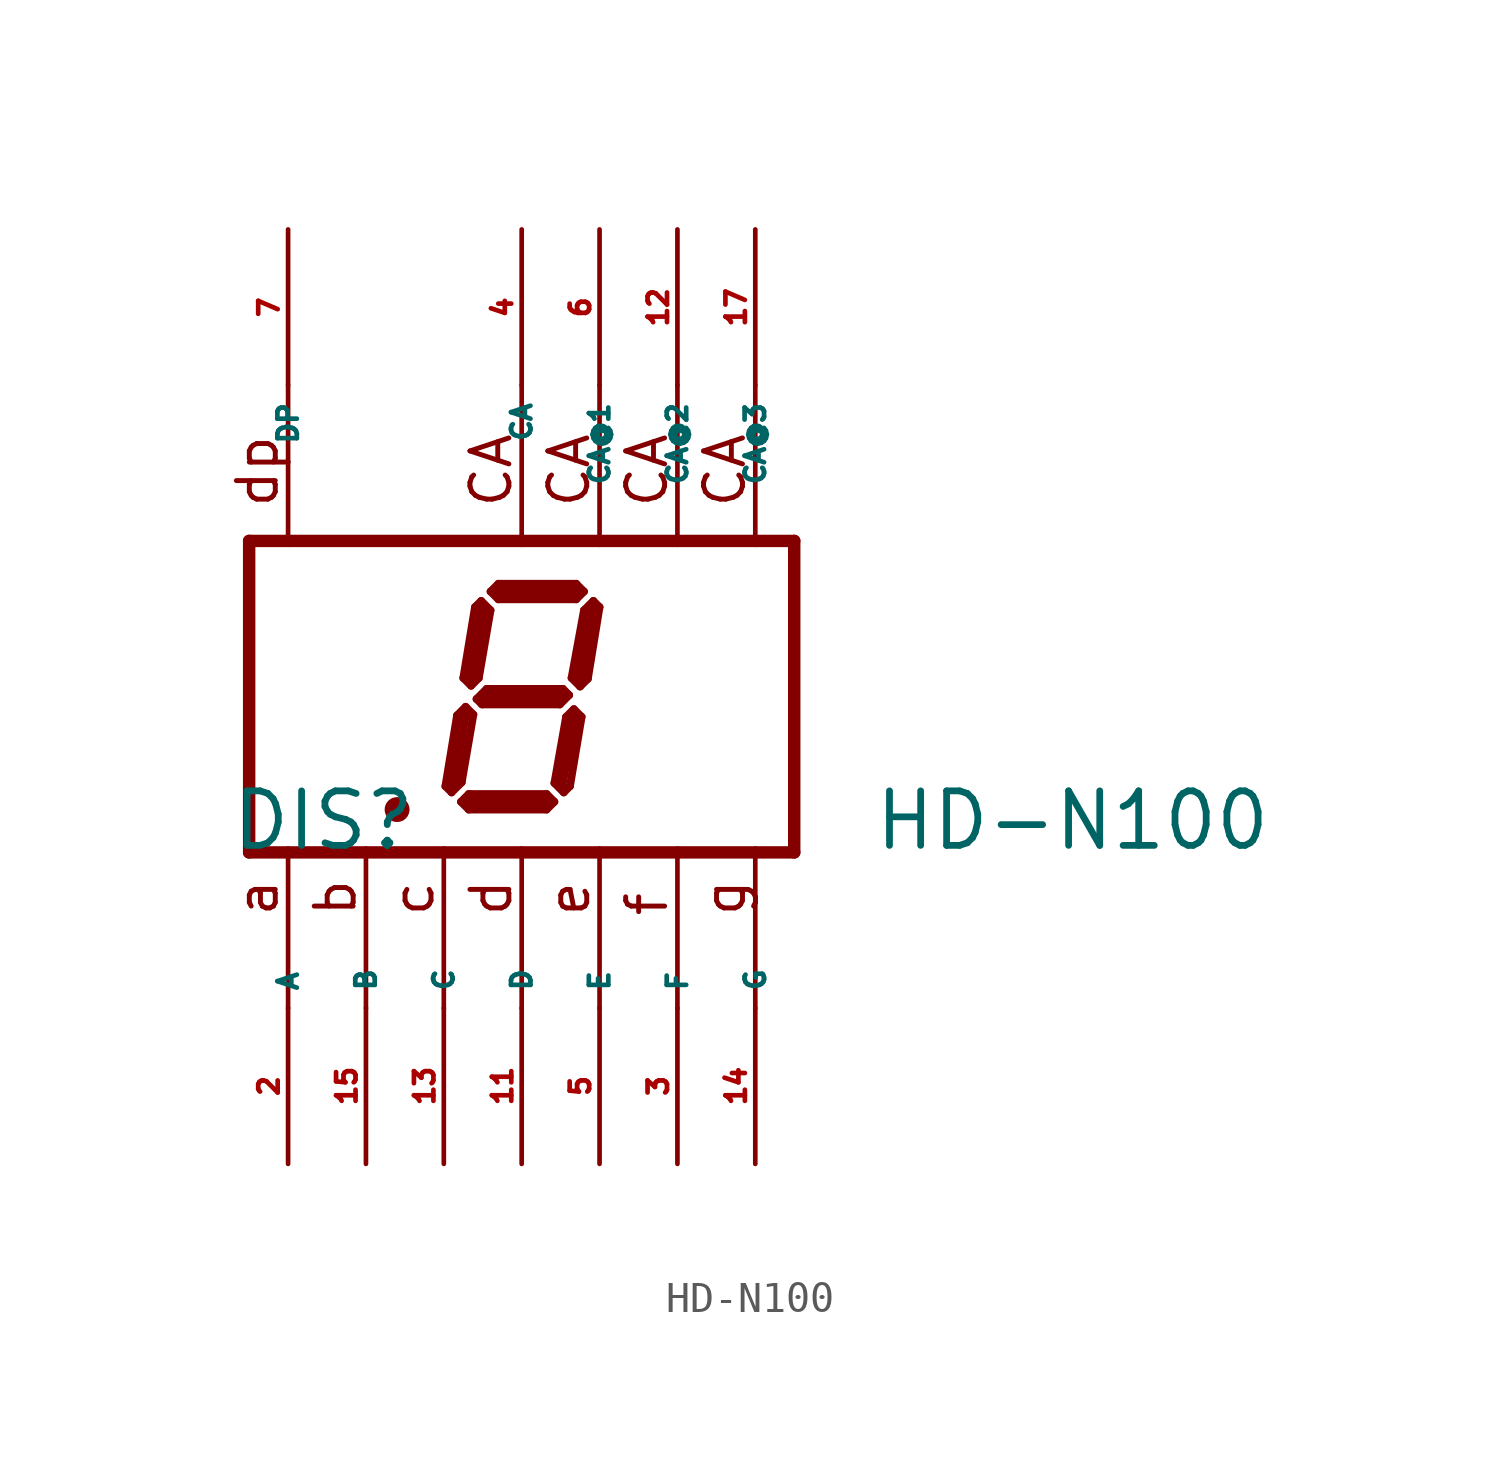
<source format=kicad_sym>
(kicad_symbol_lib
  (version 20220914)
  (generator Eagle2Kicad)
  (symbol "HD-N100"
    (property "Reference" "DIS"
      (at -9.525 -5.08 0)
      (effects (font (size 1.778 1.778) (thickness 0.22)) (justify left bottom)))
    (property "Value" "HD-N100"
      (at 11.43 -5.08 0)
      (effects (font (size 1.778 1.778) (thickness 0.22)) (justify left bottom)))
    (polyline
      (pts (xy 2.337 3.124) (xy 2.032 2.819))
      (stroke (width 0.254) (type default))
      (fill (type none)))
    (polyline
      (pts (xy 2.032 2.819) (xy 1.626 0.61))
      (stroke (width 0.254) (type default))
      (fill (type none)))
    (polyline
      (pts (xy 1.626 0.61) (xy 1.905 0.33))
      (stroke (width 0.254) (type default))
      (fill (type none)))
    (polyline
      (pts (xy 1.905 0.33) (xy 2.159 0.584))
      (stroke (width 0.254) (type default))
      (fill (type none)))
    (polyline
      (pts (xy 2.159 0.584) (xy 2.54 2.921))
      (stroke (width 0.254) (type default))
      (fill (type none)))
    (polyline
      (pts (xy 2.54 2.921) (xy 2.337 3.124))
      (stroke (width 0.254) (type default))
      (fill (type none)))
    (polyline
      (pts (xy 2.032 3.429) (xy 1.778 3.175))
      (stroke (width 0.254) (type default))
      (fill (type none)))
    (polyline
      (pts (xy 1.778 3.175) (xy -0.762 3.175))
      (stroke (width 0.254) (type default))
      (fill (type none)))
    (polyline
      (pts (xy -0.762 3.175) (xy -1.016 3.429))
      (stroke (width 0.254) (type default))
      (fill (type none)))
    (polyline
      (pts (xy -1.016 3.429) (xy -0.762 3.683))
      (stroke (width 0.254) (type default))
      (fill (type none)))
    (polyline
      (pts (xy -0.762 3.683) (xy 1.778 3.683))
      (stroke (width 0.254) (type default))
      (fill (type none)))
    (polyline
      (pts (xy 1.778 3.683) (xy 2.032 3.429))
      (stroke (width 0.254) (type default))
      (fill (type none)))
    (polyline
      (pts (xy -1.321 3.124) (xy -1.016 2.819))
      (stroke (width 0.254) (type default))
      (fill (type none)))
    (polyline
      (pts (xy -1.016 2.819) (xy -1.397 0.61))
      (stroke (width 0.254) (type default))
      (fill (type none)))
    (polyline
      (pts (xy -1.397 0.61) (xy -1.651 0.356))
      (stroke (width 0.254) (type default))
      (fill (type none)))
    (polyline
      (pts (xy -1.651 0.356) (xy -1.905 0.61))
      (stroke (width 0.254) (type default))
      (fill (type none)))
    (polyline
      (pts (xy -1.905 0.61) (xy -1.524 2.921))
      (stroke (width 0.254) (type default))
      (fill (type none)))
    (polyline
      (pts (xy -1.524 2.921) (xy -1.321 3.124))
      (stroke (width 0.254) (type default))
      (fill (type none)))
    (polyline
      (pts (xy -1.473 -0.076) (xy -1.143 0.254))
      (stroke (width 0.254) (type default))
      (fill (type none)))
    (polyline
      (pts (xy -1.143 0.254) (xy 1.346 0.254))
      (stroke (width 0.254) (type default))
      (fill (type none)))
    (polyline
      (pts (xy 1.346 0.254) (xy 1.549 0.051))
      (stroke (width 0.254) (type default))
      (fill (type none)))
    (polyline
      (pts (xy 1.549 0.051) (xy 1.245 -0.254))
      (stroke (width 0.254) (type default))
      (fill (type none)))
    (polyline
      (pts (xy 1.245 -0.254) (xy -1.295 -0.254))
      (stroke (width 0.254) (type default))
      (fill (type none)))
    (polyline
      (pts (xy -1.295 -0.254) (xy -1.473 -0.076))
      (stroke (width 0.254) (type default))
      (fill (type none)))
    (polyline
      (pts (xy -1.829 -0.33) (xy -1.575 -0.584))
      (stroke (width 0.254) (type default))
      (fill (type none)))
    (polyline
      (pts (xy -2.286 -3.124) (xy -1.956 -2.794))
      (stroke (width 0.254) (type default))
      (fill (type none)))
    (polyline
      (pts (xy -1.956 -2.794) (xy -1.575 -0.584))
      (stroke (width 0.254) (type default))
      (fill (type none)))
    (polyline
      (pts (xy -1.829 -0.33) (xy -2.108 -0.61))
      (stroke (width 0.254) (type default))
      (fill (type none)))
    (polyline
      (pts (xy -2.108 -0.61) (xy -2.489 -2.921))
      (stroke (width 0.254) (type default))
      (fill (type none)))
    (polyline
      (pts (xy -2.489 -2.921) (xy -2.286 -3.124))
      (stroke (width 0.254) (type default))
      (fill (type none)))
    (polyline
      (pts (xy -1.981 -3.429) (xy -1.727 -3.175))
      (stroke (width 0.254) (type default))
      (fill (type none)))
    (polyline
      (pts (xy -1.727 -3.175) (xy 0.813 -3.175))
      (stroke (width 0.254) (type default))
      (fill (type none)))
    (polyline
      (pts (xy 0.813 -3.175) (xy 1.067 -3.429))
      (stroke (width 0.254) (type default))
      (fill (type none)))
    (polyline
      (pts (xy 1.067 -3.429) (xy 0.813 -3.683))
      (stroke (width 0.254) (type default))
      (fill (type none)))
    (polyline
      (pts (xy 0.813 -3.683) (xy -1.727 -3.683))
      (stroke (width 0.254) (type default))
      (fill (type none)))
    (polyline
      (pts (xy -1.727 -3.683) (xy -1.981 -3.429))
      (stroke (width 0.254) (type default))
      (fill (type none)))
    (polyline
      (pts (xy 1.702 -0.406) (xy 1.448 -0.66))
      (stroke (width 0.254) (type default))
      (fill (type none)))
    (polyline
      (pts (xy 1.448 -0.66) (xy 1.067 -2.819))
      (stroke (width 0.254) (type default))
      (fill (type none)))
    (polyline
      (pts (xy 1.067 -2.819) (xy 1.372 -3.124))
      (stroke (width 0.254) (type default))
      (fill (type none)))
    (polyline
      (pts (xy 1.372 -3.124) (xy 1.575 -2.921))
      (stroke (width 0.254) (type default))
      (fill (type none)))
    (polyline
      (pts (xy 1.575 -2.921) (xy 1.956 -0.66))
      (stroke (width 0.254) (type default))
      (fill (type none)))
    (polyline
      (pts (xy 1.956 -0.66) (xy 1.702 -0.406))
      (stroke (width 0.254) (type default))
      (fill (type none)))
    (polyline
      (pts (xy 2.286 2.794) (xy 1.905 0.635))
      (stroke (width 0.406) (type default))
      (fill (type none)))
    (polyline
      (pts (xy 1.778 3.429) (xy -0.762 3.429))
      (stroke (width 0.406) (type default))
      (fill (type none)))
    (polyline
      (pts (xy -1.27 2.794) (xy -1.651 0.635))
      (stroke (width 0.406) (type default))
      (fill (type none)))
    (polyline
      (pts (xy -1.27 0) (xy 1.27 0))
      (stroke (width 0.406) (type default))
      (fill (type none)))
    (polyline
      (pts (xy 1.651 -0.762) (xy 1.27 -2.794))
      (stroke (width 0.406) (type default))
      (fill (type none)))
    (polyline
      (pts (xy 0.762 -3.429) (xy -1.651 -3.429))
      (stroke (width 0.406) (type default))
      (fill (type none)))
    (polyline
      (pts (xy -2.286 -2.921) (xy -1.905 -0.635))
      (stroke (width 0.406) (type default))
      (fill (type none)))
    (polyline
      (pts (xy -8.89 5.08) (xy 8.89 5.08))
      (stroke (width 0.406) (type default))
      (fill (type none)))
    (polyline
      (pts (xy 8.89 -5.08) (xy 8.89 5.08))
      (stroke (width 0.406) (type default))
      (fill (type none)))
    (polyline
      (pts (xy 8.89 -5.08) (xy -8.89 -5.08))
      (stroke (width 0.406) (type default))
      (fill (type none)))
    (polyline
      (pts (xy -8.89 5.08) (xy -8.89 -5.08))
      (stroke (width 0.406) (type default))
      (fill (type none)))
    (polyline
      (pts (xy 7.62 -4.953) (xy 7.62 -10.16))
      (stroke (width 0.152) (type default))
      (fill (type none)))
    (polyline
      (pts (xy 5.08 -4.953) (xy 5.08 -10.16))
      (stroke (width 0.152) (type default))
      (fill (type none)))
    (polyline
      (pts (xy 0 -4.953) (xy 0 -10.16))
      (stroke (width 0.152) (type default))
      (fill (type none)))
    (polyline
      (pts (xy -5.08 -4.953) (xy -5.08 -10.16))
      (stroke (width 0.152) (type default))
      (fill (type none)))
    (polyline
      (pts (xy -7.62 -4.953) (xy -7.62 -10.16))
      (stroke (width 0.152) (type default))
      (fill (type none)))
    (polyline
      (pts (xy 7.62 10.16) (xy 7.62 4.953))
      (stroke (width 0.152) (type default))
      (fill (type none)))
    (polyline
      (pts (xy -2.54 -4.953) (xy -2.54 -10.16))
      (stroke (width 0.152) (type default))
      (fill (type none)))
    (polyline
      (pts (xy 2.54 -4.953) (xy 2.54 -10.16))
      (stroke (width 0.152) (type default))
      (fill (type none)))
    (polyline
      (pts (xy -7.62 10.16) (xy -7.62 4.953))
      (stroke (width 0.152) (type default))
      (fill (type none)))
    (polyline
      (pts (xy 5.08 10.16) (xy 5.08 4.953))
      (stroke (width 0.152) (type default))
      (fill (type none)))
    (polyline
      (pts (xy -4.191 -3.683) (xy -3.937 -3.683))
      (stroke (width 0.305) (type default))
      (fill (type none)))
    (polyline
      (pts (xy 2.54 10.16) (xy 2.54 4.953))
      (stroke (width 0.152) (type default))
      (fill (type none)))
    (polyline
      (pts (xy 0 10.16) (xy 0 4.953))
      (stroke (width 0.152) (type default))
      (fill (type none)))
    (text "CA"
      (at 7.366 6.096 900)
      (effects (font (size 1.27 1.27) (thickness 0.16)) (justify left bottom)))
    (text "CA"
      (at 4.826 6.096 900)
      (effects (font (size 1.27 1.27) (thickness 0.16)) (justify left bottom)))
    (text "a"
      (at -7.874 -7.239 900)
      (effects (font (size 1.27 1.27) (thickness 0.16)) (justify left bottom)))
    (text "b"
      (at -5.334 -7.239 900)
      (effects (font (size 1.27 1.27) (thickness 0.16)) (justify left bottom)))
    (text "c"
      (at -2.794 -7.239 900)
      (effects (font (size 1.27 1.27) (thickness 0.16)) (justify left bottom)))
    (text "d"
      (at -0.254 -7.239 900)
      (effects (font (size 1.27 1.27) (thickness 0.16)) (justify left bottom)))
    (text "e"
      (at 2.286 -7.239 900)
      (effects (font (size 1.27 1.27) (thickness 0.16)) (justify left bottom)))
    (text "f"
      (at 4.826 -7.239 900)
      (effects (font (size 1.27 1.27) (thickness 0.16)) (justify left bottom)))
    (text "g"
      (at 7.366 -7.239 900)
      (effects (font (size 1.27 1.27) (thickness 0.16)) (justify left bottom)))
    (text "dp"
      (at -7.874 6.096 900)
      (effects (font (size 1.27 1.27) (thickness 0.16)) (justify left bottom)))
    (text "CA"
      (at 2.286 6.096 900)
      (effects (font (size 1.27 1.27) (thickness 0.16)) (justify left bottom)))
    (text "CA"
      (at -0.254 6.096 900)
      (effects (font (size 1.27 1.27) (thickness 0.16)) (justify left bottom)))
    (circle
      (center -4.064 -3.683)
      (radius 0.254)
      (stroke (width 0.305) (type default))
      (fill (type none)))
    (pin passive line
      (at -7.62 15.24 270)
      (length 5.08)
      (name "DP" (effects (font (size 0.635 0.635) (thickness 0.08)) (justify left bottom)))
      (number "7" (effects (font (size 0.635 0.635) (thickness 0.08)) (justify left bottom))))
    (pin passive line
      (at 5.08 -15.24 90)
      (length 5.08)
      (name "F" (effects (font (size 0.635 0.635) (thickness 0.08)) (justify left bottom)))
      (number "3" (effects (font (size 0.635 0.635) (thickness 0.08)) (justify left bottom))))
    (pin passive line
      (at 0 -15.24 90)
      (length 5.08)
      (name "D" (effects (font (size 0.635 0.635) (thickness 0.08)) (justify left bottom)))
      (number "11" (effects (font (size 0.635 0.635) (thickness 0.08)) (justify left bottom))))
    (pin passive line
      (at -5.08 -15.24 90)
      (length 5.08)
      (name "B" (effects (font (size 0.635 0.635) (thickness 0.08)) (justify left bottom)))
      (number "15" (effects (font (size 0.635 0.635) (thickness 0.08)) (justify left bottom))))
    (pin passive line
      (at -7.62 -15.24 90)
      (length 5.08)
      (name "A" (effects (font (size 0.635 0.635) (thickness 0.08)) (justify left bottom)))
      (number "2" (effects (font (size 0.635 0.635) (thickness 0.08)) (justify left bottom))))
    (pin passive line
      (at 7.62 15.24 270)
      (length 5.08)
      (name "CA@3" (effects (font (size 0.635 0.635) (thickness 0.08)) (justify left bottom)))
      (number "17" (effects (font (size 0.635 0.635) (thickness 0.08)) (justify left bottom))))
    (pin passive line
      (at -2.54 -15.24 90)
      (length 5.08)
      (name "C" (effects (font (size 0.635 0.635) (thickness 0.08)) (justify left bottom)))
      (number "13" (effects (font (size 0.635 0.635) (thickness 0.08)) (justify left bottom))))
    (pin passive line
      (at 2.54 -15.24 90)
      (length 5.08)
      (name "E" (effects (font (size 0.635 0.635) (thickness 0.08)) (justify left bottom)))
      (number "5" (effects (font (size 0.635 0.635) (thickness 0.08)) (justify left bottom))))
    (pin passive line
      (at 7.62 -15.24 90)
      (length 5.08)
      (name "G" (effects (font (size 0.635 0.635) (thickness 0.08)) (justify left bottom)))
      (number "14" (effects (font (size 0.635 0.635) (thickness 0.08)) (justify left bottom))))
    (pin passive line
      (at 5.08 15.24 270)
      (length 5.08)
      (name "CA@2" (effects (font (size 0.635 0.635) (thickness 0.08)) (justify left bottom)))
      (number "12" (effects (font (size 0.635 0.635) (thickness 0.08)) (justify left bottom))))
    (pin passive line
      (at 0 15.24 270)
      (length 5.08)
      (name "CA" (effects (font (size 0.635 0.635) (thickness 0.08)) (justify left bottom)))
      (number "4" (effects (font (size 0.635 0.635) (thickness 0.08)) (justify left bottom))))
    (pin passive line
      (at 2.54 15.24 270)
      (length 5.08)
      (name "CA@1" (effects (font (size 0.635 0.635) (thickness 0.08)) (justify left bottom)))
      (number "6" (effects (font (size 0.635 0.635) (thickness 0.08)) (justify left bottom))))))
</source>
